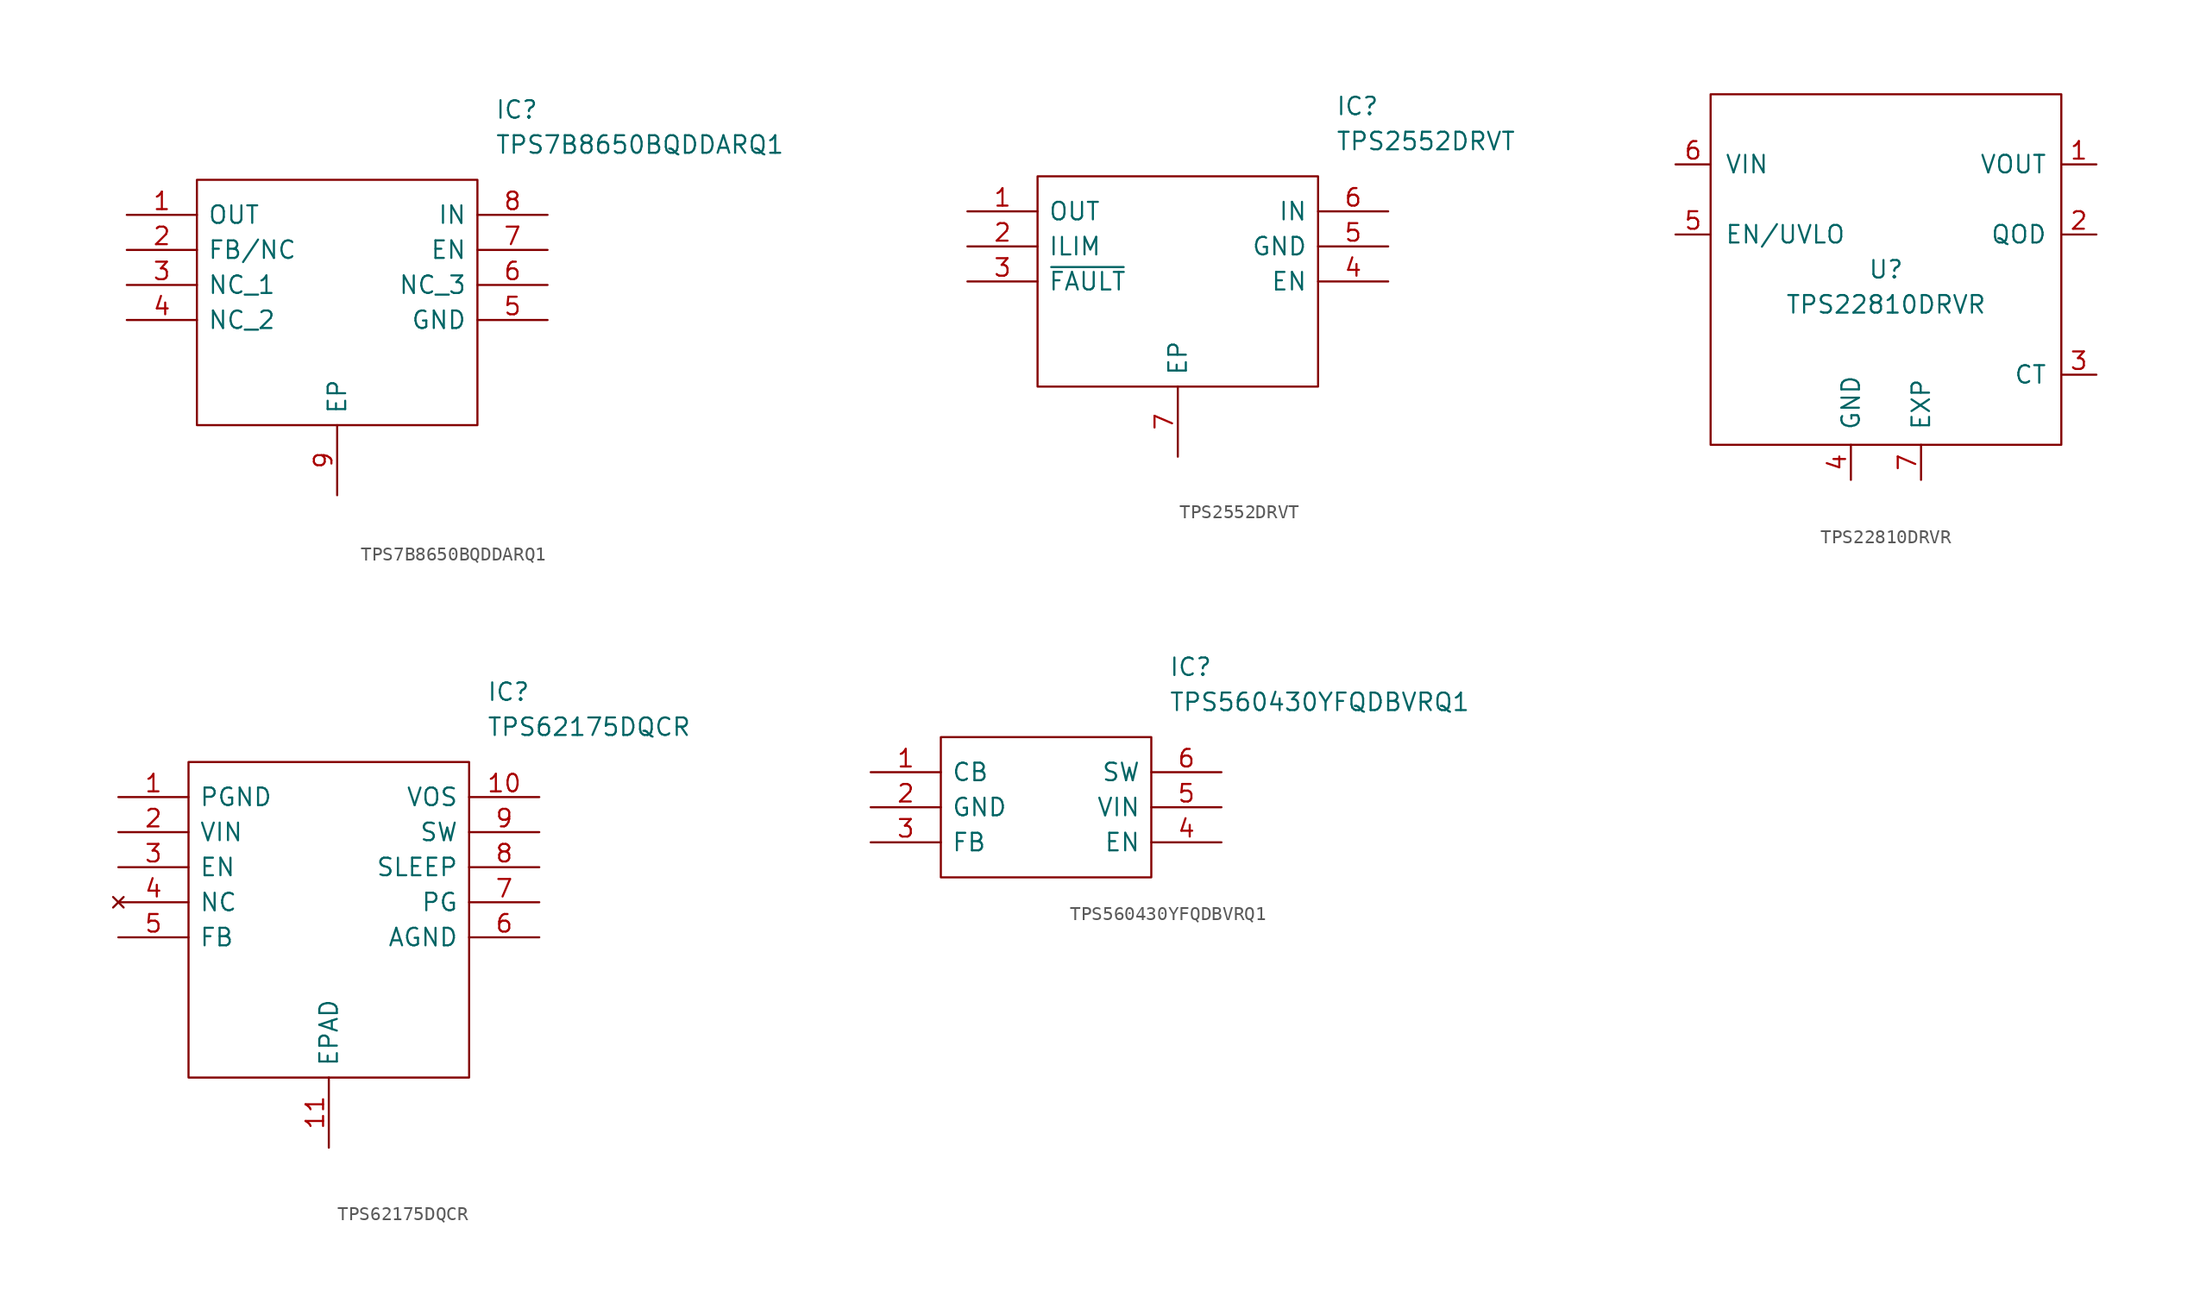
<source format=kicad_sym>
(kicad_symbol_lib
  (version 20241209)
  (generator "kicad_symbol_editor")
  (generator_version "9.0")
  (symbol "TPS7B8650BQDDARQ1"
    (pin_names
      (offset 0.762))
    (property "Reference" "IC"
      (at 26.67 7.62 0)
      (effects (font (size 1.27 1.27)) (justify left)))
    (property "Value" "TPS7B8650BQDDARQ1"
      (at 26.67 5.08 0)
      (effects (font (size 1.27 1.27)) (justify left)))
    (symbol "TPS7B8650BQDDARQ1_0_0"
      (pin passive line (at 0 0 0) (length 5.08) (name "OUT" (effects (font (size 1.27 1.27)))) (number "1" (effects (font (size 1.27 1.27)))))
      (pin passive line (at 0 -2.54 0) (length 5.08) (name "FB/NC" (effects (font (size 1.27 1.27)))) (number "2" (effects (font (size 1.27 1.27)))))
      (pin passive line (at 0 -5.08 0) (length 5.08) (name "NC_1" (effects (font (size 1.27 1.27)))) (number "3" (effects (font (size 1.27 1.27)))))
      (pin passive line (at 0 -7.62 0) (length 5.08) (name "NC_2" (effects (font (size 1.27 1.27)))) (number "4" (effects (font (size 1.27 1.27)))))
      (pin passive line (at 15.24 -20.32 90) (length 5.08) (name "EP" (effects (font (size 1.27 1.27)))) (number "9" (effects (font (size 1.27 1.27)))))
      (pin passive line (at 30.48 0 180) (length 5.08) (name "IN" (effects (font (size 1.27 1.27)))) (number "8" (effects (font (size 1.27 1.27)))))
      (pin passive line (at 30.48 -2.54 180) (length 5.08) (name "EN" (effects (font (size 1.27 1.27)))) (number "7" (effects (font (size 1.27 1.27)))))
      (pin passive line (at 30.48 -5.08 180) (length 5.08) (name "NC_3" (effects (font (size 1.27 1.27)))) (number "6" (effects (font (size 1.27 1.27)))))
      (pin passive line (at 30.48 -7.62 180) (length 5.08) (name "GND" (effects (font (size 1.27 1.27)))) (number "5" (effects (font (size 1.27 1.27))))))
    (symbol "TPS7B8650BQDDARQ1_0_1"
      (polyline (pts (xy 5.08 2.54) (xy 25.4 2.54) (xy 25.4 -15.24) (xy 5.08 -15.24) (xy 5.08 2.54)) (stroke (width 0.152) (type solid)) (fill (type none)))))
  (symbol "TPS2552DRVT"
    (pin_names
      (offset 0.762))
    (property "Reference" "IC"
      (at 26.67 7.62 0)
      (effects (font (size 1.27 1.27)) (justify left)))
    (property "Value" "TPS2552DRVT"
      (at 26.67 5.08 0)
      (effects (font (size 1.27 1.27)) (justify left)))
    (symbol "TPS2552DRVT_0_0"
      (pin passive line (at 0 0 0) (length 5.08) (name "OUT" (effects (font (size 1.27 1.27)))) (number "1" (effects (font (size 1.27 1.27)))))
      (pin passive line (at 0 -2.54 0) (length 5.08) (name "ILIM" (effects (font (size 1.27 1.27)))) (number "2" (effects (font (size 1.27 1.27)))))
      (pin passive line (at 0 -5.08 0) (length 5.08) (name "~{FAULT}" (effects (font (size 1.27 1.27)))) (number "3" (effects (font (size 1.27 1.27)))))
      (pin passive line (at 15.24 -17.78 90) (length 5.08) (name "EP" (effects (font (size 1.27 1.27)))) (number "7" (effects (font (size 1.27 1.27)))))
      (pin passive line (at 30.48 0 180) (length 5.08) (name "IN" (effects (font (size 1.27 1.27)))) (number "6" (effects (font (size 1.27 1.27)))))
      (pin passive line (at 30.48 -2.54 180) (length 5.08) (name "GND" (effects (font (size 1.27 1.27)))) (number "5" (effects (font (size 1.27 1.27)))))
      (pin passive line (at 30.48 -5.08 180) (length 5.08) (name "EN" (effects (font (size 1.27 1.27)))) (number "4" (effects (font (size 1.27 1.27))))))
    (symbol "TPS2552DRVT_0_1"
      (polyline (pts (xy 5.08 2.54) (xy 25.4 2.54) (xy 25.4 -12.7) (xy 5.08 -12.7) (xy 5.08 2.54)) (stroke (width 0.152) (type solid)) (fill (type none)))))
  (symbol "TPS22810DRVR"
    (pin_names
      (offset 1.016))
    (property "Reference" "U"
      (at 0 0 0)
      (effects (font (size 1.27 1.27))))
    (property "Value" "TPS22810DRVR"
      (at 0 -2.54 0)
      (effects (font (size 1.27 1.27))))
    (symbol "TPS22810DRVR_0_1"
      (rectangle (start -12.7 12.7) (end 12.7 -12.7) (stroke (width 0) (type solid)) (fill (type none))))
    (symbol "TPS22810DRVR_1_1"
      (pin input line (at -15.24 7.62 0) (length 2.54) (name "VIN" (effects (font (size 1.27 1.27)))) (number "6" (effects (font (size 1.27 1.27)))))
      (pin input line (at -15.24 2.54 0) (length 2.54) (name "EN/UVLO" (effects (font (size 1.27 1.27)))) (number "5" (effects (font (size 1.27 1.27)))))
      (pin passive line (at -2.54 -15.24 90) (length 2.54) (name "GND" (effects (font (size 1.27 1.27)))) (number "4" (effects (font (size 1.27 1.27)))))
      (pin passive line (at 2.54 -15.24 90) (length 2.54) (name "EXP" (effects (font (size 1.27 1.27)))) (number "7" (effects (font (size 1.27 1.27)))))
      (pin output line (at 15.24 7.62 180) (length 2.54) (name "VOUT" (effects (font (size 1.27 1.27)))) (number "1" (effects (font (size 1.27 1.27)))))
      (pin output line (at 15.24 2.54 180) (length 2.54) (name "QOD" (effects (font (size 1.27 1.27)))) (number "2" (effects (font (size 1.27 1.27)))))
      (pin output line (at 15.24 -7.62 180) (length 2.54) (name "CT" (effects (font (size 1.27 1.27)))) (number "3" (effects (font (size 1.27 1.27)))))))
  (symbol "TPS62175DQCR"
    (pin_names
      (offset 0.762))
    (property "Reference" "IC"
      (at 26.67 7.62 0)
      (effects (font (size 1.27 1.27)) (justify left)))
    (property "Value" "TPS62175DQCR"
      (at 26.67 5.08 0)
      (effects (font (size 1.27 1.27)) (justify left)))
    (symbol "TPS62175DQCR_0_0"
      (pin passive line (at 0 0 0) (length 5.08) (name "PGND" (effects (font (size 1.27 1.27)))) (number "1" (effects (font (size 1.27 1.27)))))
      (pin passive line (at 0 -2.54 0) (length 5.08) (name "VIN" (effects (font (size 1.27 1.27)))) (number "2" (effects (font (size 1.27 1.27)))))
      (pin passive line (at 0 -5.08 0) (length 5.08) (name "EN" (effects (font (size 1.27 1.27)))) (number "3" (effects (font (size 1.27 1.27)))))
      (pin no_connect line (at 0 -7.62 0) (length 5.08) (name "NC" (effects (font (size 1.27 1.27)))) (number "4" (effects (font (size 1.27 1.27)))))
      (pin passive line (at 0 -10.16 0) (length 5.08) (name "FB" (effects (font (size 1.27 1.27)))) (number "5" (effects (font (size 1.27 1.27)))))
      (pin passive line (at 15.24 -25.4 90) (length 5.08) (name "EPAD" (effects (font (size 1.27 1.27)))) (number "11" (effects (font (size 1.27 1.27)))))
      (pin passive line (at 30.48 0 180) (length 5.08) (name "VOS" (effects (font (size 1.27 1.27)))) (number "10" (effects (font (size 1.27 1.27)))))
      (pin passive line (at 30.48 -2.54 180) (length 5.08) (name "SW" (effects (font (size 1.27 1.27)))) (number "9" (effects (font (size 1.27 1.27)))))
      (pin passive line (at 30.48 -5.08 180) (length 5.08) (name "SLEEP" (effects (font (size 1.27 1.27)))) (number "8" (effects (font (size 1.27 1.27)))))
      (pin passive line (at 30.48 -7.62 180) (length 5.08) (name "PG" (effects (font (size 1.27 1.27)))) (number "7" (effects (font (size 1.27 1.27)))))
      (pin passive line (at 30.48 -10.16 180) (length 5.08) (name "AGND" (effects (font (size 1.27 1.27)))) (number "6" (effects (font (size 1.27 1.27))))))
    (symbol "TPS62175DQCR_0_1"
      (polyline (pts (xy 5.08 2.54) (xy 25.4 2.54) (xy 25.4 -20.32) (xy 5.08 -20.32) (xy 5.08 2.54)) (stroke (width 0.152) (type solid)) (fill (type none)))))
  (symbol "TPS560430YFQDBVRQ1"
    (pin_names
      (offset 0.762))
    (property "Reference" "IC"
      (at 21.59 7.62 0)
      (effects (font (size 1.27 1.27)) (justify left)))
    (property "Value" "TPS560430YFQDBVRQ1"
      (at 21.59 5.08 0)
      (effects (font (size 1.27 1.27)) (justify left)))
    (symbol "TPS560430YFQDBVRQ1_0_0"
      (pin passive line (at 0 0 0) (length 5.08) (name "CB" (effects (font (size 1.27 1.27)))) (number "1" (effects (font (size 1.27 1.27)))))
      (pin passive line (at 0 -2.54 0) (length 5.08) (name "GND" (effects (font (size 1.27 1.27)))) (number "2" (effects (font (size 1.27 1.27)))))
      (pin passive line (at 0 -5.08 0) (length 5.08) (name "FB" (effects (font (size 1.27 1.27)))) (number "3" (effects (font (size 1.27 1.27)))))
      (pin passive line (at 25.4 0 180) (length 5.08) (name "SW" (effects (font (size 1.27 1.27)))) (number "6" (effects (font (size 1.27 1.27)))))
      (pin passive line (at 25.4 -2.54 180) (length 5.08) (name "VIN" (effects (font (size 1.27 1.27)))) (number "5" (effects (font (size 1.27 1.27)))))
      (pin passive line (at 25.4 -5.08 180) (length 5.08) (name "EN" (effects (font (size 1.27 1.27)))) (number "4" (effects (font (size 1.27 1.27))))))
    (symbol "TPS560430YFQDBVRQ1_0_1"
      (polyline (pts (xy 5.08 2.54) (xy 20.32 2.54) (xy 20.32 -7.62) (xy 5.08 -7.62) (xy 5.08 2.54)) (stroke (width 0.152) (type solid)) (fill (type none))))))
</source>
